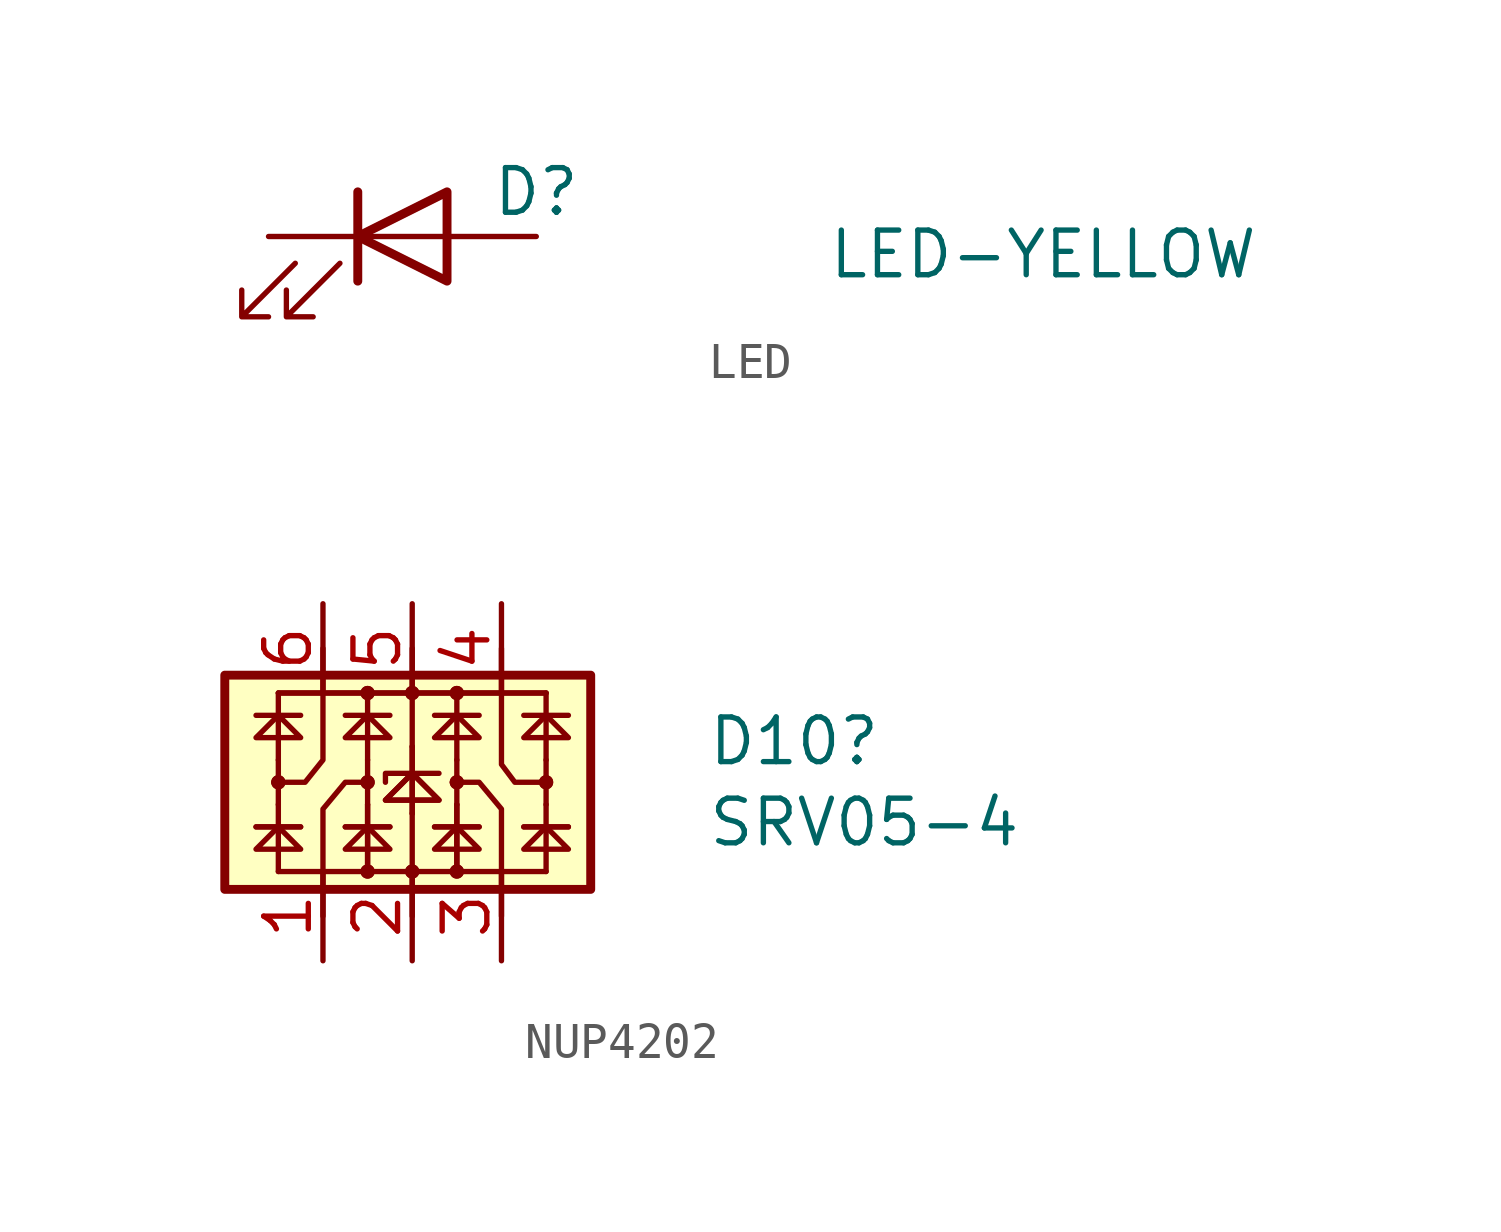
<source format=kicad_sym>
(kicad_symbol_lib
  (version 20241209)
  (generator "kicad_symbol_editor")
  (generator_version "9.0")
  (symbol "LED"
    (pin_numbers
      (hide yes))
    (pin_names
      (offset 1.016)
      (hide yes))
    (property "Reference" "D"
      (at 3.81 1.27 0)
      (effects (font (size 1.27 1.27))))
    (property "Value" "LED-YELLOW"
      (at 24.384 -0.508 0)
      (effects (font (size 1.27 1.27)) (justify right)))
    (symbol "LED_0_1"
      (polyline (pts (xy -3.048 -0.762) (xy -4.572 -2.286) (xy -3.81 -2.286) (xy -4.572 -2.286) (xy -4.572 -1.524)) (stroke (width 0) (type default)) (fill (type none)))
      (polyline (pts (xy -1.778 -0.762) (xy -3.302 -2.286) (xy -2.54 -2.286) (xy -3.302 -2.286) (xy -3.302 -1.524)) (stroke (width 0) (type default)) (fill (type none)))
      (polyline (pts (xy -1.27 0) (xy 1.27 0)) (stroke (width 0) (type default)) (fill (type none)))
      (polyline (pts (xy -1.27 -1.27) (xy -1.27 1.27)) (stroke (width 0.254) (type default)) (fill (type none)))
      (polyline (pts (xy 1.27 -1.27) (xy 1.27 1.27) (xy -1.27 0) (xy 1.27 -1.27)) (stroke (width 0.254) (type default)) (fill (type none))))
    (symbol "LED_1_1"
      (pin passive line (at -3.81 0 0) (length 2.54) (name "K" (effects (font (size 1.27 1.27)))) (number "1" (effects (font (size 1.27 1.27)))))
      (pin passive line (at 3.81 0 180) (length 2.54) (name "A" (effects (font (size 1.27 1.27)))) (number "2" (effects (font (size 1.27 1.27)))))))
  (symbol "NUP4202"
    (property "Reference" "D10"
      (at 8.382 1.168 0)
      (effects (font (size 1.27 1.27)) (justify left)))
    (property "Value" "SRV05-4"
      (at 8.382 -1.143 0)
      (effects (font (size 1.27 1.27)) (justify left)))
    (symbol "NUP4202_0_1"
      (rectangle (start -5.334 3.048) (end 5.08 -3.048) (stroke (width 0.254) (type default)) (fill (type background)))
      (polyline (pts (xy -4.445 1.905) (xy -3.175 1.905)) (stroke (width 0) (type default)) (fill (type none)))
      (polyline (pts (xy -4.445 1.27) (xy -3.175 1.27) (xy -3.81 1.905) (xy -4.445 1.27)) (stroke (width 0) (type default)) (fill (type none)))
      (polyline (pts (xy -4.445 -1.27) (xy -3.175 -1.27)) (stroke (width 0) (type default)) (fill (type none)))
      (polyline (pts (xy -4.445 -1.27) (xy -3.175 -1.27)) (stroke (width 0) (type default)) (fill (type none)))
      (polyline (pts (xy -4.445 -1.905) (xy -3.175 -1.905) (xy -3.81 -1.27) (xy -4.445 -1.905)) (stroke (width 0) (type default)) (fill (type none)))
      (polyline (pts (xy -3.81 2.54) (xy 3.81 2.54)) (stroke (width 0) (type default)) (fill (type none)))
      (polyline (pts (xy -3.81 2.54) (xy 3.81 2.54)) (stroke (width 0) (type default)) (fill (type none)))
      (polyline (pts (xy -3.81 0.635) (xy -3.81 2.54)) (stroke (width 0) (type default)) (fill (type none)))
      (circle (center -3.81 0) (radius 0.127) (stroke (width 0) (type default)) (fill (type none)))
      (circle (center -3.81 0) (radius 0.127) (stroke (width 0) (type default)) (fill (type none)))
      (polyline (pts (xy -3.81 -0.635) (xy -3.81 0.635)) (stroke (width 0) (type default)) (fill (type none)))
      (polyline (pts (xy -3.81 -2.54) (xy -3.81 -0.635)) (stroke (width 0) (type default)) (fill (type none)))
      (polyline (pts (xy -3.81 -2.54) (xy 3.81 -2.54)) (stroke (width 0) (type default)) (fill (type none)))
      (polyline (pts (xy -2.54 3.81) (xy -2.54 0.635) (xy -3.048 0) (xy -3.937 0)) (stroke (width 0) (type default)) (fill (type none)))
      (polyline (pts (xy -2.54 -3.81) (xy -2.54 -0.762) (xy -1.905 0) (xy -1.27 0)) (stroke (width 0) (type default)) (fill (type none)))
      (polyline (pts (xy -1.905 1.905) (xy -0.635 1.905)) (stroke (width 0) (type default)) (fill (type none)))
      (polyline (pts (xy -1.905 1.27) (xy -0.635 1.27) (xy -1.27 1.905) (xy -1.905 1.27)) (stroke (width 0) (type default)) (fill (type none)))
      (polyline (pts (xy -1.905 -1.27) (xy -0.635 -1.27)) (stroke (width 0) (type default)) (fill (type none)))
      (polyline (pts (xy -1.905 -1.27) (xy -0.635 -1.27)) (stroke (width 0) (type default)) (fill (type none)))
      (polyline (pts (xy -1.905 -1.905) (xy -0.635 -1.905) (xy -1.27 -1.27) (xy -1.905 -1.905)) (stroke (width 0) (type default)) (fill (type none)))
      (circle (center -1.27 2.54) (radius 0.127) (stroke (width 0) (type default)) (fill (type none)))
      (circle (center -1.27 2.54) (radius 0.127) (stroke (width 0) (type default)) (fill (type none)))
      (polyline (pts (xy -1.27 0.635) (xy -1.27 2.54)) (stroke (width 0) (type default)) (fill (type none)))
      (polyline (pts (xy -1.27 0.635) (xy -1.27 -0.635)) (stroke (width 0) (type default)) (fill (type none)))
      (circle (center -1.27 0) (radius 0.127) (stroke (width 0) (type default)) (fill (type none)))
      (circle (center -1.27 0) (radius 0.127) (stroke (width 0) (type default)) (fill (type none)))
      (circle (center -1.27 -2.54) (radius 0.127) (stroke (width 0) (type default)) (fill (type none)))
      (circle (center -1.27 -2.54) (radius 0.127) (stroke (width 0) (type default)) (fill (type none)))
      (polyline (pts (xy -1.27 -2.54) (xy -1.27 -0.635)) (stroke (width 0) (type default)) (fill (type none)))
      (polyline (pts (xy -1.27 -2.54) (xy -1.27 -0.635)) (stroke (width 0) (type default)) (fill (type none)))
      (polyline (pts (xy -0.762 -0.508) (xy 0.762 -0.508) (xy 0 0.254) (xy -0.762 -0.508)) (stroke (width 0) (type default)) (fill (type none)))
      (polyline (pts (xy -0.762 -0.508) (xy 0.762 -0.508) (xy 0 0.254) (xy -0.762 -0.508)) (stroke (width 0) (type default)) (fill (type none)))
      (circle (center 0 2.54) (radius 0.127) (stroke (width 0) (type default)) (fill (type none)))
      (circle (center 0 2.54) (radius 0.127) (stroke (width 0) (type default)) (fill (type none)))
      (polyline (pts (xy 0 1.016) (xy 0 3.81)) (stroke (width 0) (type default)) (fill (type none)))
      (polyline (pts (xy 0 -0.889) (xy 0 1.016)) (stroke (width 0) (type default)) (fill (type none)))
      (polyline (pts (xy 0 -0.889) (xy 0 1.016)) (stroke (width 0) (type default)) (fill (type none)))
      (polyline (pts (xy 0 -0.889) (xy 0 -3.81)) (stroke (width 0) (type default)) (fill (type none)))
      (circle (center 0 -2.54) (radius 0.127) (stroke (width 0) (type default)) (fill (type none)))
      (circle (center 0 -2.54) (radius 0.127) (stroke (width 0) (type default)) (fill (type none)))
      (polyline (pts (xy 0.635 1.905) (xy 1.905 1.905)) (stroke (width 0) (type default)) (fill (type none)))
      (polyline (pts (xy 0.635 1.27) (xy 1.905 1.27) (xy 1.27 1.905) (xy 0.635 1.27)) (stroke (width 0) (type default)) (fill (type none)))
      (polyline (pts (xy 0.635 -1.27) (xy 1.905 -1.27)) (stroke (width 0) (type default)) (fill (type none)))
      (polyline (pts (xy 0.635 -1.27) (xy 1.905 -1.27)) (stroke (width 0) (type default)) (fill (type none)))
      (polyline (pts (xy 0.635 -1.905) (xy 1.905 -1.905) (xy 1.27 -1.27) (xy 0.635 -1.905)) (stroke (width 0) (type default)) (fill (type none)))
      (polyline (pts (xy 0.762 0.254) (xy -0.762 0.254) (xy -0.762 0)) (stroke (width 0) (type default)) (fill (type none)))
      (circle (center 1.27 2.54) (radius 0.127) (stroke (width 0) (type default)) (fill (type none)))
      (circle (center 1.27 2.54) (radius 0.127) (stroke (width 0) (type default)) (fill (type none)))
      (polyline (pts (xy 1.27 0.635) (xy 1.27 2.54)) (stroke (width 0) (type default)) (fill (type none)))
      (polyline (pts (xy 1.27 0.635) (xy 1.27 -0.635)) (stroke (width 0) (type default)) (fill (type none)))
      (circle (center 1.27 0) (radius 0.127) (stroke (width 0) (type default)) (fill (type none)))
      (circle (center 1.27 0) (radius 0.127) (stroke (width 0) (type default)) (fill (type none)))
      (polyline (pts (xy 1.27 -2.54) (xy 1.27 -0.635)) (stroke (width 0) (type default)) (fill (type none)))
      (polyline (pts (xy 1.27 -2.54) (xy 1.27 -0.635)) (stroke (width 0) (type default)) (fill (type none)))
      (circle (center 1.27 -2.54) (radius 0.127) (stroke (width 0) (type default)) (fill (type none)))
      (circle (center 1.27 -2.54) (radius 0.127) (stroke (width 0) (type default)) (fill (type none)))
      (polyline (pts (xy 2.54 3.81) (xy 2.54 0.508) (xy 2.921 0) (xy 3.81 0)) (stroke (width 0) (type default)) (fill (type none)))
      (polyline (pts (xy 2.54 -3.81) (xy 2.54 -0.762) (xy 1.905 0) (xy 1.143 0)) (stroke (width 0) (type default)) (fill (type none)))
      (polyline (pts (xy 3.175 1.905) (xy 4.445 1.905)) (stroke (width 0) (type default)) (fill (type none)))
      (polyline (pts (xy 3.175 1.27) (xy 4.445 1.27) (xy 3.81 1.905) (xy 3.175 1.27)) (stroke (width 0) (type default)) (fill (type none)))
      (polyline (pts (xy 3.175 -1.27) (xy 4.445 -1.27)) (stroke (width 0) (type default)) (fill (type none)))
      (polyline (pts (xy 3.175 -1.27) (xy 4.445 -1.27)) (stroke (width 0) (type default)) (fill (type none)))
      (polyline (pts (xy 3.175 -1.905) (xy 4.445 -1.905) (xy 3.81 -1.27) (xy 3.175 -1.905)) (stroke (width 0) (type default)) (fill (type none)))
      (polyline (pts (xy 3.81 0.635) (xy 3.81 2.54)) (stroke (width 0) (type default)) (fill (type none)))
      (polyline (pts (xy 3.81 0.635) (xy 3.81 -0.635)) (stroke (width 0) (type default)) (fill (type none)))
      (circle (center 3.81 0) (radius 0.127) (stroke (width 0) (type default)) (fill (type none)))
      (circle (center 3.81 0) (radius 0.127) (stroke (width 0) (type default)) (fill (type none)))
      (polyline (pts (xy 3.81 -2.54) (xy 3.81 -0.635)) (stroke (width 0) (type default)) (fill (type none))))
    (symbol "NUP4202_1_1"
      (pin passive line (at -2.54 5.08 270) (length 2.54) (name "~" (effects (font (size 1.27 1.27)))) (number "6" (effects (font (size 1.27 1.27)))))
      (pin passive line (at -2.54 -5.08 90) (length 2.54) (name "~" (effects (font (size 1.27 1.27)))) (number "1" (effects (font (size 1.27 1.27)))))
      (pin passive line (at 0 5.08 270) (length 2.54) (name "~" (effects (font (size 1.27 1.27)))) (number "5" (effects (font (size 1.27 1.27)))))
      (pin passive line (at 0 -5.08 90) (length 2.54) (name "~" (effects (font (size 1.27 1.27)))) (number "2" (effects (font (size 1.27 1.27)))))
      (pin passive line (at 2.54 5.08 270) (length 2.54) (name "~" (effects (font (size 1.27 1.27)))) (number "4" (effects (font (size 1.27 1.27)))))
      (pin passive line (at 2.54 -5.08 90) (length 2.54) (name "~" (effects (font (size 1.27 1.27)))) (number "3" (effects (font (size 1.27 1.27))))))))
</source>
